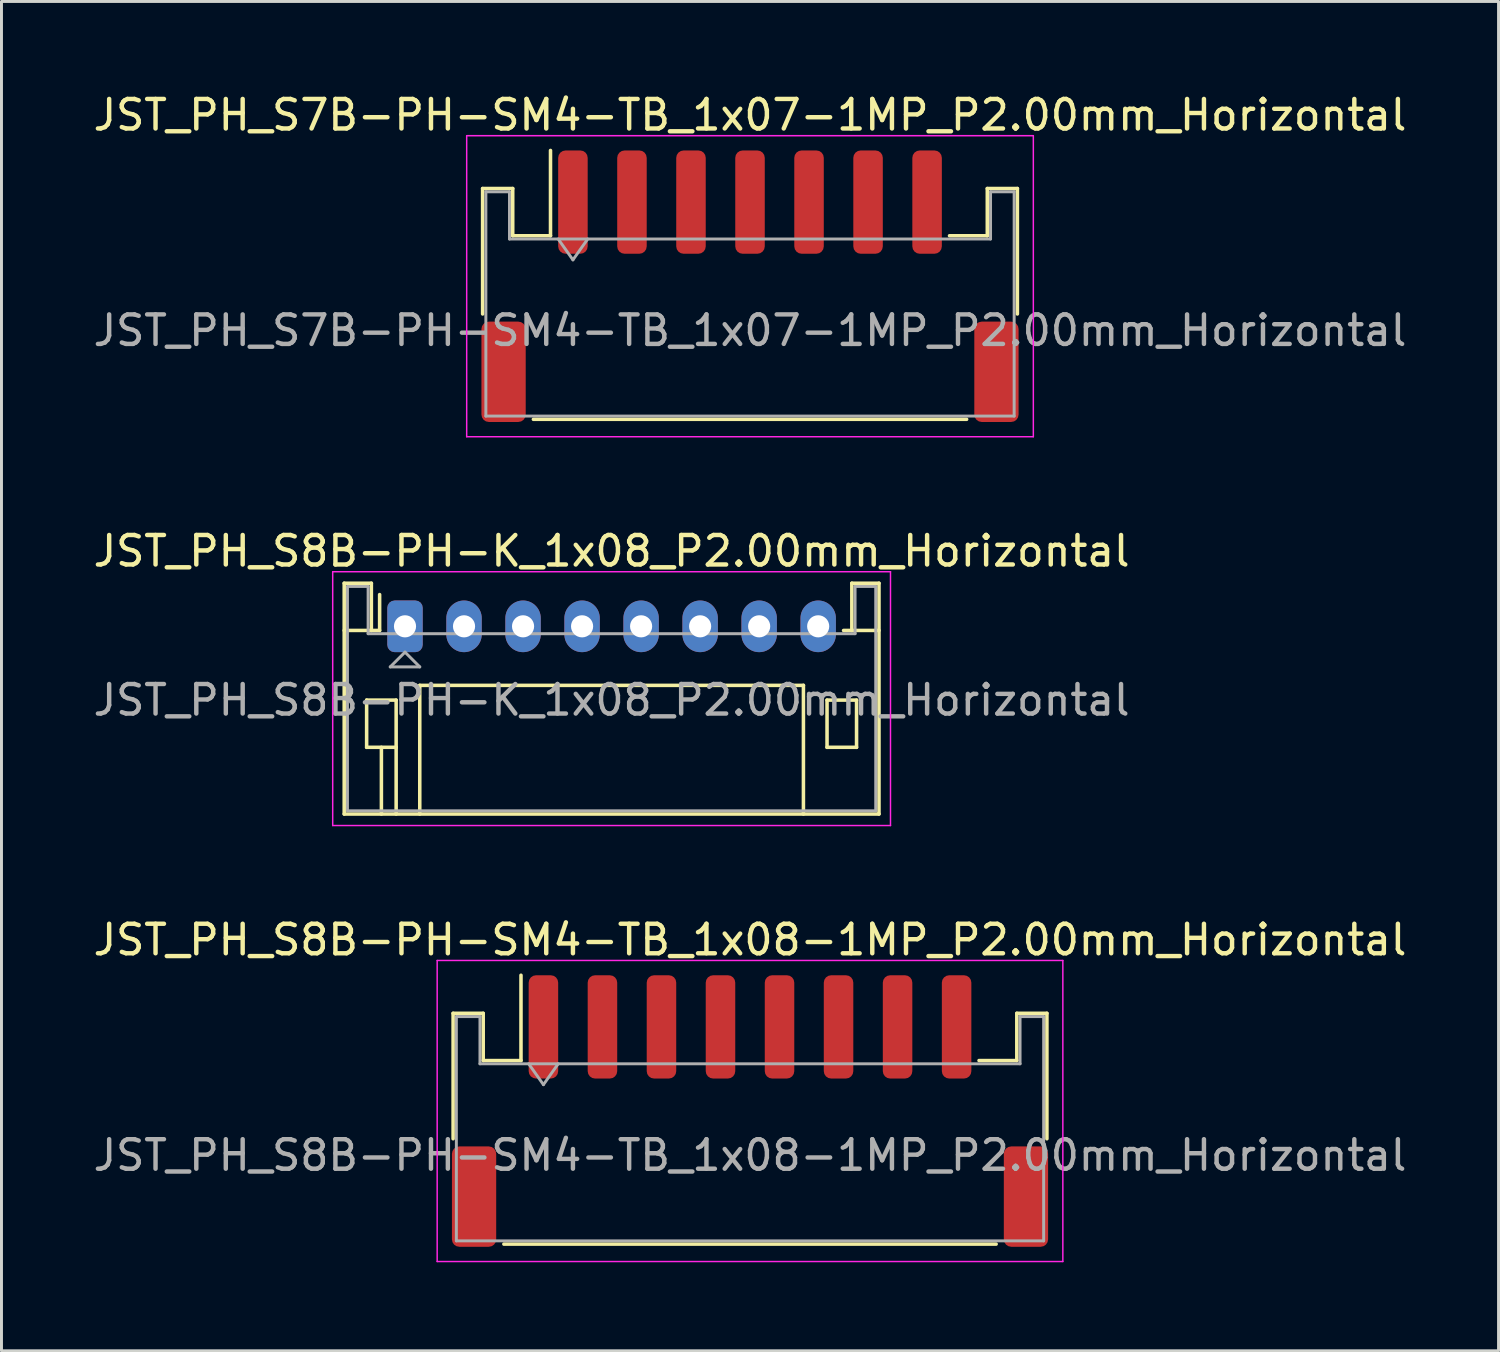
<source format=kicad_pcb>
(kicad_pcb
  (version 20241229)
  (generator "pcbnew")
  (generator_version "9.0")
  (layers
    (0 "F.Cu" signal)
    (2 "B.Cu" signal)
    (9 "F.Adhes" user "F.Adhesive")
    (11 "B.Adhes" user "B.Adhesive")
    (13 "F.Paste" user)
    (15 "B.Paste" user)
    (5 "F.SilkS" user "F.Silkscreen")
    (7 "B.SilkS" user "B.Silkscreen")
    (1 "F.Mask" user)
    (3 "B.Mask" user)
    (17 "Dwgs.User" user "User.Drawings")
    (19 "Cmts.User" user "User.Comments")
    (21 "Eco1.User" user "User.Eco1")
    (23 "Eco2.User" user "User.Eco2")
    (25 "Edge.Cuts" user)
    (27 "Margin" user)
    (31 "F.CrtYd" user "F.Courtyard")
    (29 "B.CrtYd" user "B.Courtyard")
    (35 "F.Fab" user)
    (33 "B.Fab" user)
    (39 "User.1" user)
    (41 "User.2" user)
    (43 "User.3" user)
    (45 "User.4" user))
  (footprint "JST_PH_S8B-PH-SM4-TB_1x08-1MP_P2.00mm_Horizontal"
    (layer "F.Cu")
    (at 22.363 34.595)
    (property "Reference" "JST_PH_S8B-PH-SM4-TB_1x08-1MP_P2.00mm_Horizontal" (at 0 -5.8 0) (layer "F.SilkS") (effects (font (size 1 1) (thickness 0.15))))
    (attr smd)
    (fp_line (start -10.06 -3.31) (end -9.04 -3.31) (stroke (width 0.12) (type solid)) (layer "F.SilkS"))
    (fp_line (start -10.06 0.94) (end -10.06 -3.31) (stroke (width 0.12) (type solid)) (layer "F.SilkS"))
    (fp_line (start -9.04 -3.31) (end -9.04 -1.71) (stroke (width 0.12) (type solid)) (layer "F.SilkS"))
    (fp_line (start -9.04 -1.71) (end -7.76 -1.71) (stroke (width 0.12) (type solid)) (layer "F.SilkS"))
    (fp_line (start -8.34 4.51) (end 8.34 4.51) (stroke (width 0.12) (type solid)) (layer "F.SilkS"))
    (fp_line (start -7.76 -1.71) (end -7.76 -4.6) (stroke (width 0.12) (type solid)) (layer "F.SilkS"))
    (fp_line (start 9.04 -3.31) (end 9.04 -1.71) (stroke (width 0.12) (type solid)) (layer "F.SilkS"))
    (fp_line (start 9.04 -1.71) (end 7.76 -1.71) (stroke (width 0.12) (type solid)) (layer "F.SilkS"))
    (fp_line (start 10.06 -3.31) (end 9.04 -3.31) (stroke (width 0.12) (type solid)) (layer "F.SilkS"))
    (fp_line (start 10.06 0.94) (end 10.06 -3.31) (stroke (width 0.12) (type solid)) (layer "F.SilkS"))
    (fp_line (start -10.6 -5.1) (end -10.6 5.1) (stroke (width 0.05) (type solid)) (layer "F.CrtYd"))
    (fp_line (start -10.6 5.1) (end 10.6 5.1) (stroke (width 0.05) (type solid)) (layer "F.CrtYd"))
    (fp_line (start 10.6 -5.1) (end -10.6 -5.1) (stroke (width 0.05) (type solid)) (layer "F.CrtYd"))
    (fp_line (start 10.6 5.1) (end 10.6 -5.1) (stroke (width 0.05) (type solid)) (layer "F.CrtYd"))
    (fp_line (start -9.95 -3.2) (end -9.95 4.4) (stroke (width 0.1) (type solid)) (layer "F.Fab"))
    (fp_line (start -9.95 -3.2) (end -9.15 -3.2) (stroke (width 0.1) (type solid)) (layer "F.Fab"))
    (fp_line (start -9.95 4.4) (end 9.95 4.4) (stroke (width 0.1) (type solid)) (layer "F.Fab"))
    (fp_line (start -9.15 -3.2) (end -9.15 -1.6) (stroke (width 0.1) (type solid)) (layer "F.Fab"))
    (fp_line (start -9.15 -1.6) (end 9.15 -1.6) (stroke (width 0.1) (type solid)) (layer "F.Fab"))
    (fp_line (start -7.5 -1.6) (end -7 -0.893) (stroke (width 0.1) (type solid)) (layer "F.Fab"))
    (fp_line (start -7 -0.893) (end -6.5 -1.6) (stroke (width 0.1) (type solid)) (layer "F.Fab"))
    (fp_line (start 9.15 -3.2) (end 9.95 -3.2) (stroke (width 0.1) (type solid)) (layer "F.Fab"))
    (fp_line (start 9.15 -1.6) (end 9.15 -3.2) (stroke (width 0.1) (type solid)) (layer "F.Fab"))
    (fp_line (start 9.95 -3.2) (end 9.95 4.4) (stroke (width 0.1) (type solid)) (layer "F.Fab"))
    (fp_text user "${REFERENCE}" (at 0 1.5 0) (layer "F.Fab") (effects (font (size 1 1) (thickness 0.15))))
    (pad "1" smd roundrect (at -7 -2.85) (size 1 3.5) (layers "F.Cu" "F.Mask" "F.Paste") (roundrect_rratio 0.25))
    (pad "2" smd roundrect (at -5 -2.85) (size 1 3.5) (layers "F.Cu" "F.Mask" "F.Paste") (roundrect_rratio 0.25))
    (pad "3" smd roundrect (at -3 -2.85) (size 1 3.5) (layers "F.Cu" "F.Mask" "F.Paste") (roundrect_rratio 0.25))
    (pad "4" smd roundrect (at -1 -2.85) (size 1 3.5) (layers "F.Cu" "F.Mask" "F.Paste") (roundrect_rratio 0.25))
    (pad "5" smd roundrect (at 1 -2.85) (size 1 3.5) (layers "F.Cu" "F.Mask" "F.Paste") (roundrect_rratio 0.25))
    (pad "6" smd roundrect (at 3 -2.85) (size 1 3.5) (layers "F.Cu" "F.Mask" "F.Paste") (roundrect_rratio 0.25))
    (pad "7" smd roundrect (at 5 -2.85) (size 1 3.5) (layers "F.Cu" "F.Mask" "F.Paste") (roundrect_rratio 0.25))
    (pad "8" smd roundrect (at 7 -2.85) (size 1 3.5) (layers "F.Cu" "F.Mask" "F.Paste") (roundrect_rratio 0.25))
    (pad "MP" smd roundrect (at -9.35 2.9) (size 1.5 3.4) (layers "F.Cu" "F.Mask" "F.Paste") (roundrect_rratio 0.167))
    (pad "MP" smd roundrect (at 9.35 2.9) (size 1.5 3.4) (layers "F.Cu" "F.Mask" "F.Paste") (roundrect_rratio 0.167)))
  (footprint "JST_PH_S8B-PH-K_1x08_P2.00mm_Horizontal"
    (layer "F.Cu")
    (at 10.673 18.172)
    (property "Reference" "JST_PH_S8B-PH-K_1x08_P2.00mm_Horizontal" (at 7 -2.55 0) (layer "F.SilkS") (effects (font (size 1 1) (thickness 0.15))))
    (attr through_hole)
    (fp_line (start -2.06 -1.46) (end -2.06 6.36) (stroke (width 0.12) (type solid)) (layer "F.SilkS"))
    (fp_line (start -2.06 0.14) (end -1.14 0.14) (stroke (width 0.12) (type solid)) (layer "F.SilkS"))
    (fp_line (start -2.06 6.36) (end 16.06 6.36) (stroke (width 0.12) (type solid)) (layer "F.SilkS"))
    (fp_line (start -1.3 2.5) (end -1.3 4.1) (stroke (width 0.12) (type solid)) (layer "F.SilkS"))
    (fp_line (start -1.3 4.1) (end -0.3 4.1) (stroke (width 0.12) (type solid)) (layer "F.SilkS"))
    (fp_line (start -1.14 -1.46) (end -2.06 -1.46) (stroke (width 0.12) (type solid)) (layer "F.SilkS"))
    (fp_line (start -1.14 0.14) (end -1.14 -1.46) (stroke (width 0.12) (type solid)) (layer "F.SilkS"))
    (fp_line (start -0.86 0.14) (end -1.14 0.14) (stroke (width 0.12) (type solid)) (layer "F.SilkS"))
    (fp_line (start -0.86 0.14) (end -0.86 -1.075) (stroke (width 0.12) (type solid)) (layer "F.SilkS"))
    (fp_line (start -0.8 4.1) (end -0.8 6.36) (stroke (width 0.12) (type solid)) (layer "F.SilkS"))
    (fp_line (start -0.3 2.5) (end -1.3 2.5) (stroke (width 0.12) (type solid)) (layer "F.SilkS"))
    (fp_line (start -0.3 4.1) (end -0.3 2.5) (stroke (width 0.12) (type solid)) (layer "F.SilkS"))
    (fp_line (start -0.3 4.1) (end -0.3 6.36) (stroke (width 0.12) (type solid)) (layer "F.SilkS"))
    (fp_line (start 0.5 2) (end 13.5 2) (stroke (width 0.12) (type solid)) (layer "F.SilkS"))
    (fp_line (start 0.5 6.36) (end 0.5 2) (stroke (width 0.12) (type solid)) (layer "F.SilkS"))
    (fp_line (start 13.5 2) (end 13.5 6.36) (stroke (width 0.12) (type solid)) (layer "F.SilkS"))
    (fp_line (start 14.3 2.5) (end 15.3 2.5) (stroke (width 0.12) (type solid)) (layer "F.SilkS"))
    (fp_line (start 14.3 4.1) (end 14.3 2.5) (stroke (width 0.12) (type solid)) (layer "F.SilkS"))
    (fp_line (start 15.14 -1.46) (end 15.14 0.14) (stroke (width 0.12) (type solid)) (layer "F.SilkS"))
    (fp_line (start 15.14 0.14) (end 14.86 0.14) (stroke (width 0.12) (type solid)) (layer "F.SilkS"))
    (fp_line (start 15.3 2.5) (end 15.3 4.1) (stroke (width 0.12) (type solid)) (layer "F.SilkS"))
    (fp_line (start 15.3 4.1) (end 14.3 4.1) (stroke (width 0.12) (type solid)) (layer "F.SilkS"))
    (fp_line (start 16.06 -1.46) (end 15.14 -1.46) (stroke (width 0.12) (type solid)) (layer "F.SilkS"))
    (fp_line (start 16.06 0.14) (end 15.14 0.14) (stroke (width 0.12) (type solid)) (layer "F.SilkS"))
    (fp_line (start 16.06 6.36) (end 16.06 -1.46) (stroke (width 0.12) (type solid)) (layer "F.SilkS"))
    (fp_line (start -2.45 -1.85) (end -2.45 6.75) (stroke (width 0.05) (type solid)) (layer "F.CrtYd"))
    (fp_line (start -2.45 6.75) (end 16.45 6.75) (stroke (width 0.05) (type solid)) (layer "F.CrtYd"))
    (fp_line (start 16.45 -1.85) (end -2.45 -1.85) (stroke (width 0.05) (type solid)) (layer "F.CrtYd"))
    (fp_line (start 16.45 6.75) (end 16.45 -1.85) (stroke (width 0.05) (type solid)) (layer "F.CrtYd"))
    (fp_line (start -1.95 -1.35) (end -1.95 6.25) (stroke (width 0.1) (type solid)) (layer "F.Fab"))
    (fp_line (start -1.95 6.25) (end 15.95 6.25) (stroke (width 0.1) (type solid)) (layer "F.Fab"))
    (fp_line (start -1.25 -1.35) (end -1.95 -1.35) (stroke (width 0.1) (type solid)) (layer "F.Fab"))
    (fp_line (start -1.25 0.25) (end -1.25 -1.35) (stroke (width 0.1) (type solid)) (layer "F.Fab"))
    (fp_line (start -0.5 1.375) (end 0.5 1.375) (stroke (width 0.1) (type solid)) (layer "F.Fab"))
    (fp_line (start 0 0.875) (end -0.5 1.375) (stroke (width 0.1) (type solid)) (layer "F.Fab"))
    (fp_line (start 0.5 1.375) (end 0 0.875) (stroke (width 0.1) (type solid)) (layer "F.Fab"))
    (fp_line (start 15.25 -1.35) (end 15.25 0.25) (stroke (width 0.1) (type solid)) (layer "F.Fab"))
    (fp_line (start 15.25 0.25) (end -1.25 0.25) (stroke (width 0.1) (type solid)) (layer "F.Fab"))
    (fp_line (start 15.95 -1.35) (end 15.25 -1.35) (stroke (width 0.1) (type solid)) (layer "F.Fab"))
    (fp_line (start 15.95 6.25) (end 15.95 -1.35) (stroke (width 0.1) (type solid)) (layer "F.Fab"))
    (fp_text user "${REFERENCE}" (at 7 2.5 0) (layer "F.Fab") (effects (font (size 1 1) (thickness 0.15))))
    (pad "1" thru_hole roundrect (at 0 0) (size 1.2 1.75) (drill 0.75) (layers "*.Cu" "*.Mask") (roundrect_rratio 0.208))
    (pad "2" thru_hole oval (at 2 0) (size 1.2 1.75) (drill 0.75) (layers "*.Cu" "*.Mask"))
    (pad "3" thru_hole oval (at 4 0) (size 1.2 1.75) (drill 0.75) (layers "*.Cu" "*.Mask"))
    (pad "4" thru_hole oval (at 6 0) (size 1.2 1.75) (drill 0.75) (layers "*.Cu" "*.Mask"))
    (pad "5" thru_hole oval (at 8 0) (size 1.2 1.75) (drill 0.75) (layers "*.Cu" "*.Mask"))
    (pad "6" thru_hole oval (at 10 0) (size 1.2 1.75) (drill 0.75) (layers "*.Cu" "*.Mask"))
    (pad "7" thru_hole oval (at 12 0) (size 1.2 1.75) (drill 0.75) (layers "*.Cu" "*.Mask"))
    (pad "8" thru_hole oval (at 14 0) (size 1.2 1.75) (drill 0.75) (layers "*.Cu" "*.Mask")))
  (footprint "JST_PH_S7B-PH-SM4-TB_1x07-1MP_P2.00mm_Horizontal"
    (layer "F.Cu")
    (at 22.363 6.648)
    (property "Reference" "JST_PH_S7B-PH-SM4-TB_1x07-1MP_P2.00mm_Horizontal" (at 0 -5.8 0) (layer "F.SilkS") (effects (font (size 1 1) (thickness 0.15))))
    (attr smd)
    (fp_line (start -9.06 -3.31) (end -8.04 -3.31) (stroke (width 0.12) (type solid)) (layer "F.SilkS"))
    (fp_line (start -9.06 0.94) (end -9.06 -3.31) (stroke (width 0.12) (type solid)) (layer "F.SilkS"))
    (fp_line (start -8.04 -3.31) (end -8.04 -1.71) (stroke (width 0.12) (type solid)) (layer "F.SilkS"))
    (fp_line (start -8.04 -1.71) (end -6.76 -1.71) (stroke (width 0.12) (type solid)) (layer "F.SilkS"))
    (fp_line (start -7.34 4.51) (end 7.34 4.51) (stroke (width 0.12) (type solid)) (layer "F.SilkS"))
    (fp_line (start -6.76 -1.71) (end -6.76 -4.6) (stroke (width 0.12) (type solid)) (layer "F.SilkS"))
    (fp_line (start 8.04 -3.31) (end 8.04 -1.71) (stroke (width 0.12) (type solid)) (layer "F.SilkS"))
    (fp_line (start 8.04 -1.71) (end 6.76 -1.71) (stroke (width 0.12) (type solid)) (layer "F.SilkS"))
    (fp_line (start 9.06 -3.31) (end 8.04 -3.31) (stroke (width 0.12) (type solid)) (layer "F.SilkS"))
    (fp_line (start 9.06 0.94) (end 9.06 -3.31) (stroke (width 0.12) (type solid)) (layer "F.SilkS"))
    (fp_line (start -9.6 -5.1) (end -9.6 5.1) (stroke (width 0.05) (type solid)) (layer "F.CrtYd"))
    (fp_line (start -9.6 5.1) (end 9.6 5.1) (stroke (width 0.05) (type solid)) (layer "F.CrtYd"))
    (fp_line (start 9.6 -5.1) (end -9.6 -5.1) (stroke (width 0.05) (type solid)) (layer "F.CrtYd"))
    (fp_line (start 9.6 5.1) (end 9.6 -5.1) (stroke (width 0.05) (type solid)) (layer "F.CrtYd"))
    (fp_line (start -8.95 -3.2) (end -8.95 4.4) (stroke (width 0.1) (type solid)) (layer "F.Fab"))
    (fp_line (start -8.95 -3.2) (end -8.15 -3.2) (stroke (width 0.1) (type solid)) (layer "F.Fab"))
    (fp_line (start -8.95 4.4) (end 8.95 4.4) (stroke (width 0.1) (type solid)) (layer "F.Fab"))
    (fp_line (start -8.15 -3.2) (end -8.15 -1.6) (stroke (width 0.1) (type solid)) (layer "F.Fab"))
    (fp_line (start -8.15 -1.6) (end 8.15 -1.6) (stroke (width 0.1) (type solid)) (layer "F.Fab"))
    (fp_line (start -6.5 -1.6) (end -6 -0.893) (stroke (width 0.1) (type solid)) (layer "F.Fab"))
    (fp_line (start -6 -0.893) (end -5.5 -1.6) (stroke (width 0.1) (type solid)) (layer "F.Fab"))
    (fp_line (start 8.15 -3.2) (end 8.95 -3.2) (stroke (width 0.1) (type solid)) (layer "F.Fab"))
    (fp_line (start 8.15 -1.6) (end 8.15 -3.2) (stroke (width 0.1) (type solid)) (layer "F.Fab"))
    (fp_line (start 8.95 -3.2) (end 8.95 4.4) (stroke (width 0.1) (type solid)) (layer "F.Fab"))
    (fp_text user "${REFERENCE}" (at 0 1.5 0) (layer "F.Fab") (effects (font (size 1 1) (thickness 0.15))))
    (pad "1" smd roundrect (at -6 -2.85) (size 1 3.5) (layers "F.Cu" "F.Mask" "F.Paste") (roundrect_rratio 0.25))
    (pad "2" smd roundrect (at -4 -2.85) (size 1 3.5) (layers "F.Cu" "F.Mask" "F.Paste") (roundrect_rratio 0.25))
    (pad "3" smd roundrect (at -2 -2.85) (size 1 3.5) (layers "F.Cu" "F.Mask" "F.Paste") (roundrect_rratio 0.25))
    (pad "4" smd roundrect (at 0 -2.85) (size 1 3.5) (layers "F.Cu" "F.Mask" "F.Paste") (roundrect_rratio 0.25))
    (pad "5" smd roundrect (at 2 -2.85) (size 1 3.5) (layers "F.Cu" "F.Mask" "F.Paste") (roundrect_rratio 0.25))
    (pad "6" smd roundrect (at 4 -2.85) (size 1 3.5) (layers "F.Cu" "F.Mask" "F.Paste") (roundrect_rratio 0.25))
    (pad "7" smd roundrect (at 6 -2.85) (size 1 3.5) (layers "F.Cu" "F.Mask" "F.Paste") (roundrect_rratio 0.25))
    (pad "MP" smd roundrect (at -8.35 2.9) (size 1.5 3.4) (layers "F.Cu" "F.Mask" "F.Paste") (roundrect_rratio 0.167))
    (pad "MP" smd roundrect (at 8.35 2.9) (size 1.5 3.4) (layers "F.Cu" "F.Mask" "F.Paste") (roundrect_rratio 0.167)))
  (gr_rect
    (start -3 -3)
    (end 47.726 42.72)
    (stroke (width 0.1) (type default))
    (fill no)
    (layer "Edge.Cuts")))
</source>
